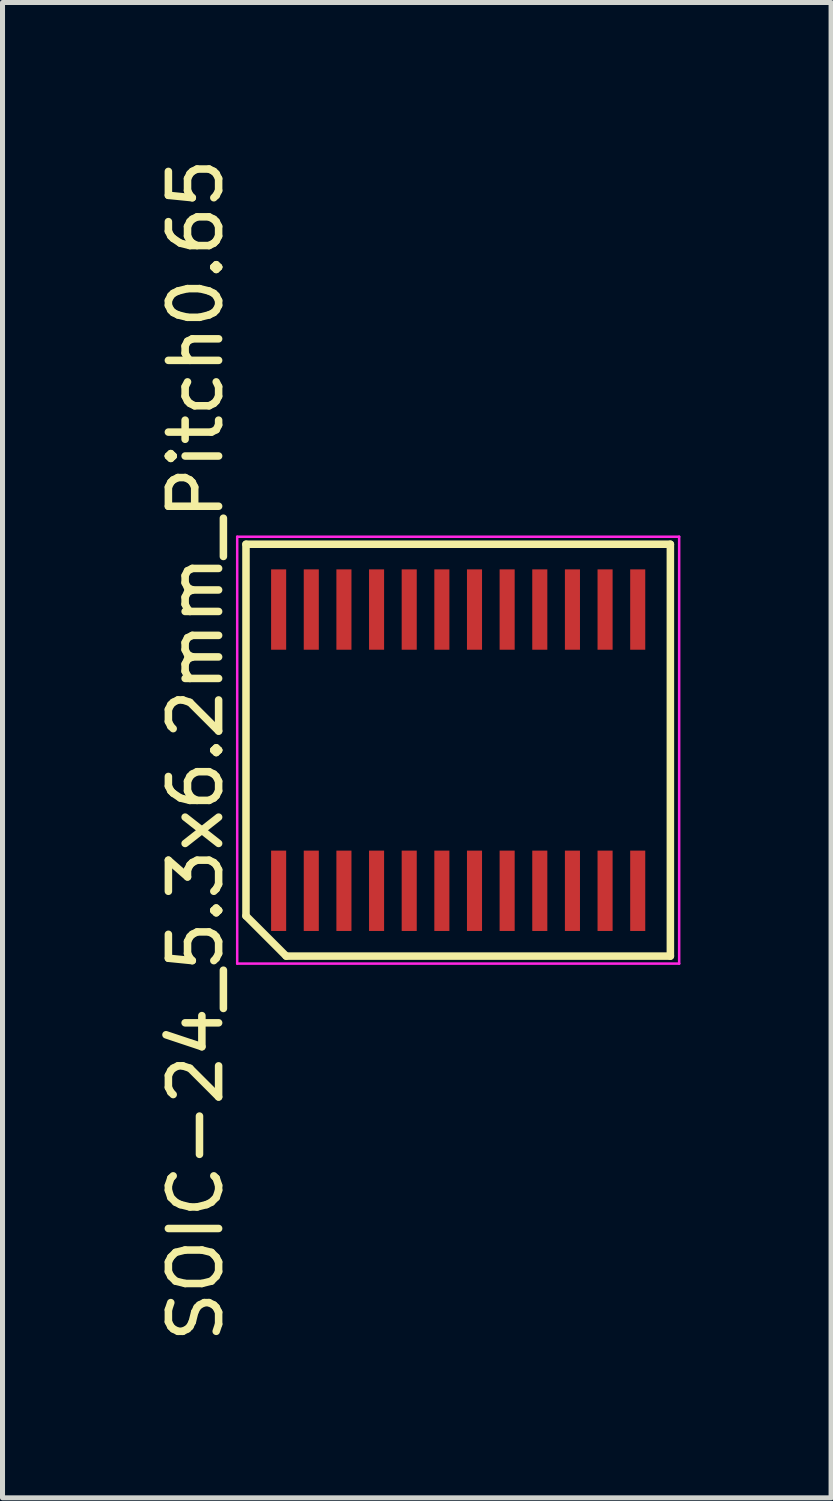
<source format=kicad_pcb>
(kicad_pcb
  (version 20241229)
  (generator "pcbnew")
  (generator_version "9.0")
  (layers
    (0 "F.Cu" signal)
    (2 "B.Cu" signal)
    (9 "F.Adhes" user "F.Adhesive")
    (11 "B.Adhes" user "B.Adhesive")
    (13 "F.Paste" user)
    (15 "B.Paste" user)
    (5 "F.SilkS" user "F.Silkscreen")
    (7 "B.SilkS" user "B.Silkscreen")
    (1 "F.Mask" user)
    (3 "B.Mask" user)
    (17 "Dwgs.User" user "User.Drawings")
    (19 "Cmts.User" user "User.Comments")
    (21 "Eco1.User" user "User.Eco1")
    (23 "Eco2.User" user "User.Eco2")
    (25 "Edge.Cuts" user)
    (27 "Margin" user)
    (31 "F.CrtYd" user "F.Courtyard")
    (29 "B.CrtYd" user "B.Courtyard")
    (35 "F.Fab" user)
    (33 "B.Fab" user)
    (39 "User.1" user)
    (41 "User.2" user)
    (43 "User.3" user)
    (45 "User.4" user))
  (footprint "SOIC-24_5.3x6.2mm_Pitch0.65"
    (layer "F.Cu")
    (at 6.073 11.887)
    (property "Reference" "SOIC-24_5.3x6.2mm_Pitch0.65" (at -5.225 0 90) (layer "F.SilkS") (effects (font (size 1 1) (thickness 0.15))))
    (attr smd)
    (fp_line (start -4.225 -4.1) (end 4.225 -4.1) (stroke (width 0.15) (type solid)) (layer "F.SilkS"))
    (fp_line (start -4.225 3.3) (end -4.225 -4.1) (stroke (width 0.15) (type solid)) (layer "F.SilkS"))
    (fp_line (start -3.425 4.1) (end -4.225 3.3) (stroke (width 0.15) (type solid)) (layer "F.SilkS"))
    (fp_line (start 4.225 -4.1) (end 4.225 4.1) (stroke (width 0.15) (type solid)) (layer "F.SilkS"))
    (fp_line (start 4.225 4.1) (end -3.425 4.1) (stroke (width 0.15) (type solid)) (layer "F.SilkS"))
    (fp_line (start -4.4 -4.25) (end 4.4 -4.25) (stroke (width 0.05) (type solid)) (layer "F.CrtYd"))
    (fp_line (start -4.4 4.25) (end -4.4 -4.25) (stroke (width 0.05) (type solid)) (layer "F.CrtYd"))
    (fp_line (start 4.4 -4.25) (end 4.4 4.25) (stroke (width 0.05) (type solid)) (layer "F.CrtYd"))
    (fp_line (start 4.4 4.25) (end -4.4 4.25) (stroke (width 0.05) (type solid)) (layer "F.CrtYd"))
    (pad "1" smd rect (at -3.575 2.8) (size 0.3 1.6) (layers "F.Cu" "F.Mask" "F.Paste"))
    (pad "2" smd rect (at -2.925 2.8) (size 0.3 1.6) (layers "F.Cu" "F.Mask" "F.Paste"))
    (pad "3" smd rect (at -2.275 2.8) (size 0.3 1.6) (layers "F.Cu" "F.Mask" "F.Paste"))
    (pad "4" smd rect (at -1.625 2.8) (size 0.3 1.6) (layers "F.Cu" "F.Mask" "F.Paste"))
    (pad "5" smd rect (at -0.975 2.8) (size 0.3 1.6) (layers "F.Cu" "F.Mask" "F.Paste"))
    (pad "6" smd rect (at -0.325 2.8) (size 0.3 1.6) (layers "F.Cu" "F.Mask" "F.Paste"))
    (pad "7" smd rect (at 0.325 2.8) (size 0.3 1.6) (layers "F.Cu" "F.Mask" "F.Paste"))
    (pad "8" smd rect (at 0.975 2.8) (size 0.3 1.6) (layers "F.Cu" "F.Mask" "F.Paste"))
    (pad "9" smd rect (at 1.625 2.8) (size 0.3 1.6) (layers "F.Cu" "F.Mask" "F.Paste"))
    (pad "10" smd rect (at 2.275 2.8) (size 0.3 1.6) (layers "F.Cu" "F.Mask" "F.Paste"))
    (pad "11" smd rect (at 2.925 2.8) (size 0.3 1.6) (layers "F.Cu" "F.Mask" "F.Paste"))
    (pad "12" smd rect (at 3.575 2.8) (size 0.3 1.6) (layers "F.Cu" "F.Mask" "F.Paste"))
    (pad "13" smd rect (at 3.575 -2.8) (size 0.3 1.6) (layers "F.Cu" "F.Mask" "F.Paste"))
    (pad "14" smd rect (at 2.925 -2.8) (size 0.3 1.6) (layers "F.Cu" "F.Mask" "F.Paste"))
    (pad "15" smd rect (at 2.275 -2.8) (size 0.3 1.6) (layers "F.Cu" "F.Mask" "F.Paste"))
    (pad "16" smd rect (at 1.625 -2.8) (size 0.3 1.6) (layers "F.Cu" "F.Mask" "F.Paste"))
    (pad "17" smd rect (at 0.975 -2.8) (size 0.3 1.6) (layers "F.Cu" "F.Mask" "F.Paste"))
    (pad "18" smd rect (at 0.325 -2.8) (size 0.3 1.6) (layers "F.Cu" "F.Mask" "F.Paste"))
    (pad "19" smd rect (at -0.325 -2.8) (size 0.3 1.6) (layers "F.Cu" "F.Mask" "F.Paste"))
    (pad "20" smd rect (at -0.975 -2.8) (size 0.3 1.6) (layers "F.Cu" "F.Mask" "F.Paste"))
    (pad "21" smd rect (at -1.625 -2.8) (size 0.3 1.6) (layers "F.Cu" "F.Mask" "F.Paste"))
    (pad "22" smd rect (at -2.275 -2.8) (size 0.3 1.6) (layers "F.Cu" "F.Mask" "F.Paste"))
    (pad "23" smd rect (at -2.925 -2.8) (size 0.3 1.6) (layers "F.Cu" "F.Mask" "F.Paste"))
    (pad "24" smd rect (at -3.575 -2.8) (size 0.3 1.6) (layers "F.Cu" "F.Mask" "F.Paste")))
  (gr_rect
    (start -3 -3)
    (end 13.498 26.774)
    (stroke (width 0.1) (type default))
    (fill no)
    (layer "Edge.Cuts")))
</source>
